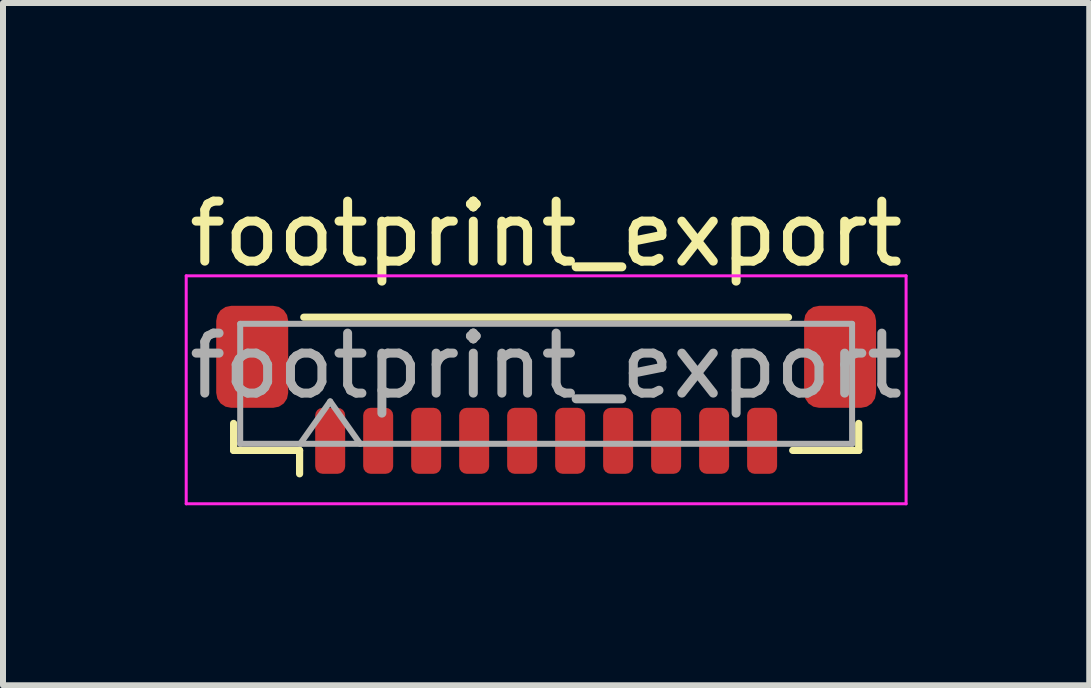
<source format=kicad_pcb>
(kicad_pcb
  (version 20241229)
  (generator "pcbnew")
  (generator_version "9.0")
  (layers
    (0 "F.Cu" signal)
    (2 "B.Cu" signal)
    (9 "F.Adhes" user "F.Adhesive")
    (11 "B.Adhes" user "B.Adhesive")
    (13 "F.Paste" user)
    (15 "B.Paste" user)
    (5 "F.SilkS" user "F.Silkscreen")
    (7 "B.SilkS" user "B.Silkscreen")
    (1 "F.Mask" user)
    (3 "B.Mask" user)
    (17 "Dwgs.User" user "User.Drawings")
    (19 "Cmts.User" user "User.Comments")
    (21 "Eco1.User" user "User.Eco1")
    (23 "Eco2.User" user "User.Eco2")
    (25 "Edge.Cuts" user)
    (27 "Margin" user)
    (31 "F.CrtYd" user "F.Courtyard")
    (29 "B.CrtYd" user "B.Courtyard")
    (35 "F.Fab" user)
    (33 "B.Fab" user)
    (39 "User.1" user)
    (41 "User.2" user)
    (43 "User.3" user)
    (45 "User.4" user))
  (footprint "footprint_export"
    (layer "F.Cu")
    (at 6.054 3.448)
    (property "Reference" "footprint_export" (at 0 -2.6 0) (layer "F.SilkS") (effects (font (size 1 1) (thickness 0.15))))
    (attr smd)
    (fp_line (start -5.21 0.56) (end -5.21 1.01) (stroke (width 0.12) (type solid)) (layer "F.SilkS"))
    (fp_line (start -5.21 1.01) (end -4.11 1.01) (stroke (width 0.12) (type solid)) (layer "F.SilkS"))
    (fp_line (start -4.11 1.01) (end -4.11 1.4) (stroke (width 0.12) (type solid)) (layer "F.SilkS"))
    (fp_line (start -4.04 -1.21) (end 4.04 -1.21) (stroke (width 0.12) (type solid)) (layer "F.SilkS"))
    (fp_line (start 5.21 0.56) (end 5.21 1.01) (stroke (width 0.12) (type solid)) (layer "F.SilkS"))
    (fp_line (start 5.21 1.01) (end 4.11 1.01) (stroke (width 0.12) (type solid)) (layer "F.SilkS"))
    (fp_line (start -6 -1.9) (end -6 1.9) (stroke (width 0.05) (type solid)) (layer "F.CrtYd"))
    (fp_line (start -6 1.9) (end 6 1.9) (stroke (width 0.05) (type solid)) (layer "F.CrtYd"))
    (fp_line (start 6 -1.9) (end -6 -1.9) (stroke (width 0.05) (type solid)) (layer "F.CrtYd"))
    (fp_line (start 6 1.9) (end 6 -1.9) (stroke (width 0.05) (type solid)) (layer "F.CrtYd"))
    (fp_line (start -5.1 -1.1) (end 5.1 -1.1) (stroke (width 0.1) (type solid)) (layer "F.Fab"))
    (fp_line (start -5.1 0.9) (end -5.1 -1.1) (stroke (width 0.1) (type solid)) (layer "F.Fab"))
    (fp_line (start -5.1 0.9) (end 5.1 0.9) (stroke (width 0.1) (type solid)) (layer "F.Fab"))
    (fp_line (start -4.1 0.9) (end -3.6 0.193) (stroke (width 0.1) (type solid)) (layer "F.Fab"))
    (fp_line (start -3.6 0.193) (end -3.1 0.9) (stroke (width 0.1) (type solid)) (layer "F.Fab"))
    (fp_line (start 5.1 0.9) (end 5.1 -1.1) (stroke (width 0.1) (type solid)) (layer "F.Fab"))
    (fp_text user "${REFERENCE}" (at 0 -0.4 0) (layer "F.Fab") (effects (font (size 1 1) (thickness 0.15))))
    (pad "1" smd roundrect (at -3.6 0.85) (size 0.5 1.1) (layers "F.Cu" "F.Mask" "F.Paste") (roundrect_rratio 0.25))
    (pad "2" smd roundrect (at -2.8 0.85) (size 0.5 1.1) (layers "F.Cu" "F.Mask" "F.Paste") (roundrect_rratio 0.25))
    (pad "3" smd roundrect (at -2 0.85) (size 0.5 1.1) (layers "F.Cu" "F.Mask" "F.Paste") (roundrect_rratio 0.25))
    (pad "4" smd roundrect (at -1.2 0.85) (size 0.5 1.1) (layers "F.Cu" "F.Mask" "F.Paste") (roundrect_rratio 0.25))
    (pad "5" smd roundrect (at -0.4 0.85) (size 0.5 1.1) (layers "F.Cu" "F.Mask" "F.Paste") (roundrect_rratio 0.25))
    (pad "6" smd roundrect (at 0.4 0.85) (size 0.5 1.1) (layers "F.Cu" "F.Mask" "F.Paste") (roundrect_rratio 0.25))
    (pad "7" smd roundrect (at 1.2 0.85) (size 0.5 1.1) (layers "F.Cu" "F.Mask" "F.Paste") (roundrect_rratio 0.25))
    (pad "8" smd roundrect (at 2 0.85) (size 0.5 1.1) (layers "F.Cu" "F.Mask" "F.Paste") (roundrect_rratio 0.25))
    (pad "9" smd roundrect (at 2.8 0.85) (size 0.5 1.1) (layers "F.Cu" "F.Mask" "F.Paste") (roundrect_rratio 0.25))
    (pad "10" smd roundrect (at 3.6 0.85) (size 0.5 1.1) (layers "F.Cu" "F.Mask" "F.Paste") (roundrect_rratio 0.25))
    (pad "MP" smd roundrect (at -4.9 -0.55) (size 1.2 1.7) (layers "F.Cu" "F.Mask" "F.Paste") (roundrect_rratio 0.208))
    (pad "MP" smd roundrect (at 4.9 -0.55) (size 1.2 1.7) (layers "F.Cu" "F.Mask" "F.Paste") (roundrect_rratio 0.208)))
  (gr_rect
    (start -3 -3)
    (end 15.107 8.373)
    (stroke (width 0.1) (type default))
    (fill no)
    (layer "Edge.Cuts")))
</source>
